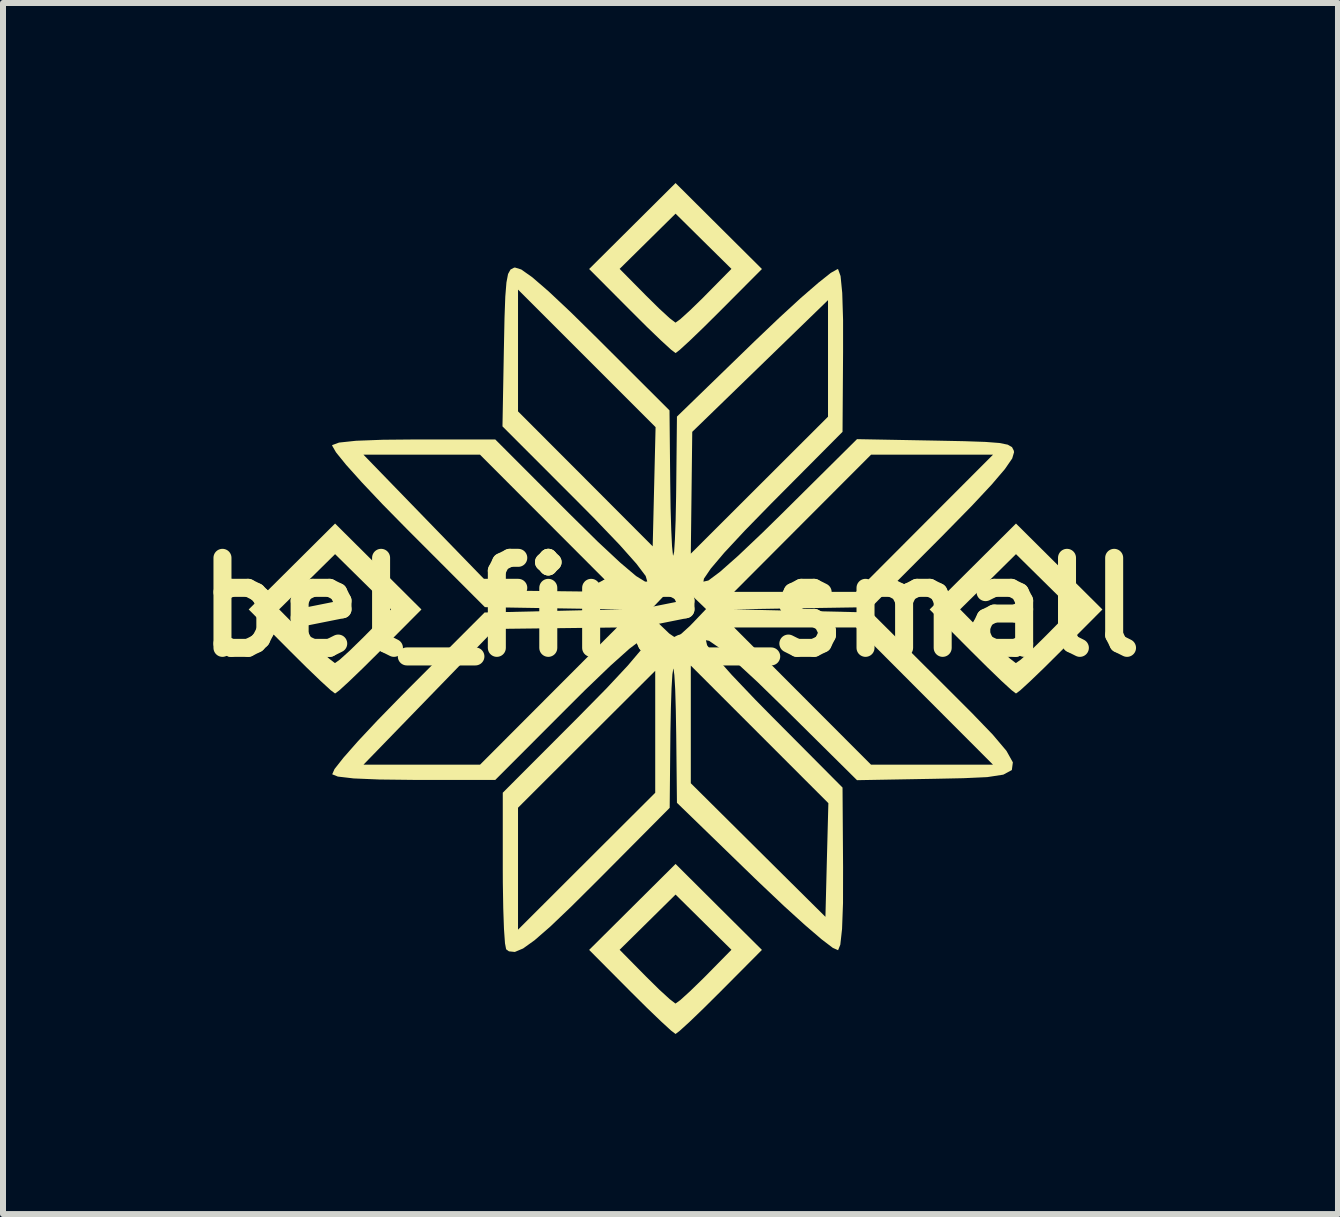
<source format=kicad_pcb>
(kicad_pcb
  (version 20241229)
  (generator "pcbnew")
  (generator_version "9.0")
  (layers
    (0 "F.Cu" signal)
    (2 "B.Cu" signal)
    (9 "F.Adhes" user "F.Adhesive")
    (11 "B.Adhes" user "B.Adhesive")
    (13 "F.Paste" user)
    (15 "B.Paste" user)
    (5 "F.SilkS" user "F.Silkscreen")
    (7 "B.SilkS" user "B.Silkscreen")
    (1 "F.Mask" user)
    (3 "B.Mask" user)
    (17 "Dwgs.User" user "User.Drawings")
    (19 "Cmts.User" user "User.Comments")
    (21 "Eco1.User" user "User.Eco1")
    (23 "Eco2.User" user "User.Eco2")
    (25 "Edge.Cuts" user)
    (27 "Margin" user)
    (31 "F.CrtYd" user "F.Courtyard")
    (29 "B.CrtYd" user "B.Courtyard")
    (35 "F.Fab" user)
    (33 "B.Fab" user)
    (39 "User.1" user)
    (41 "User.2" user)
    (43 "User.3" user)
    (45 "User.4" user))
  (footprint "bel_fire_small"
    (layer "F.Cu")
    (at 8.121 7.066)
    (property "Reference" "bel_fire_small" (at 0 0 0) (layer "F.SilkS") (effects (font (size 1.5 1.5) (thickness 0.3))))
    (attr board_only exclude_from_pos_files exclude_from_bom)
    (fp_poly (pts (xy -4.868 -0.677) (xy -4.149 0.039) (xy -4.845 0.739) (xy -5.122 1.014) (xy -5.355 1.238) (xy -5.519 1.388) (xy -5.588 1.439) (xy -5.662 1.383) (xy -5.83 1.229) (xy -6.066 1.002) (xy -6.331 0.739) (xy -7.027 0.039) (xy -7.026 0.037) (xy -6.52 0.037) (xy -6.078 0.484) (xy -5.859 0.7) (xy -5.686 0.859) (xy -5.593 0.93) (xy -5.588 0.931) (xy -5.51 0.875) (xy -5.347 0.728) (xy -5.132 0.518) (xy -5.098 0.484) (xy -4.656 0.037) (xy -5.122 -0.423) (xy -5.588 -0.883) (xy -6.054 -0.423) (xy -6.52 0.037) (xy -7.026 0.037) (xy -6.308 -0.677) (xy -5.588 -1.393)) (stroke (width 0) (type solid)) (fill yes) (layer "F.SilkS"))
    (fp_poly (pts (xy 0.804 -6.35) (xy 1.524 -5.634) (xy 0.827 -4.934) (xy 0.55 -4.659) (xy 0.317 -4.435) (xy 0.153 -4.285) (xy 0.085 -4.233) (xy 0.01 -4.29) (xy -0.157 -4.443) (xy -0.393 -4.67) (xy -0.658 -4.934) (xy -1.355 -5.634) (xy -1.353 -5.636) (xy -0.847 -5.636) (xy -0.405 -5.189) (xy -0.186 -4.973) (xy -0.013 -4.814) (xy 0.08 -4.743) (xy 0.085 -4.741) (xy 0.163 -4.797) (xy 0.326 -4.945) (xy 0.541 -5.154) (xy 0.575 -5.189) (xy 1.016 -5.636) (xy 0.55 -6.096) (xy 0.085 -6.556) (xy -0.381 -6.096) (xy -0.847 -5.636) (xy -1.353 -5.636) (xy -0.635 -6.35) (xy 0.085 -7.066)) (stroke (width 0) (type solid)) (fill yes) (layer "F.SilkS"))
    (fp_poly (pts (xy 0.804 4.995) (xy 1.524 5.711) (xy 0.827 6.412) (xy 0.55 6.687) (xy 0.317 6.911) (xy 0.153 7.06) (xy 0.085 7.112) (xy 0.01 7.055) (xy -0.157 6.902) (xy -0.393 6.675) (xy -0.658 6.412) (xy -1.355 5.711) (xy -1.353 5.709) (xy -0.847 5.709) (xy -0.405 6.157) (xy -0.186 6.373) (xy -0.013 6.531) (xy 0.08 6.603) (xy 0.085 6.604) (xy 0.163 6.548) (xy 0.326 6.4) (xy 0.541 6.191) (xy 0.575 6.157) (xy 1.016 5.709) (xy 0.55 5.249) (xy 0.085 4.789) (xy -0.381 5.249) (xy -0.847 5.709) (xy -1.353 5.709) (xy -0.635 4.995) (xy 0.085 4.279)) (stroke (width 0) (type solid)) (fill yes) (layer "F.SilkS"))
    (fp_poly (pts (xy 6.477 -0.677) (xy 7.197 0.039) (xy 6.5 0.739) (xy 6.223 1.014) (xy 5.99 1.238) (xy 5.826 1.388) (xy 5.757 1.439) (xy 5.683 1.383) (xy 5.515 1.229) (xy 5.28 1.002) (xy 5.015 0.739) (xy 4.318 0.039) (xy 4.32 0.037) (xy 4.826 0.037) (xy 5.267 0.484) (xy 5.487 0.7) (xy 5.659 0.859) (xy 5.752 0.93) (xy 5.757 0.931) (xy 5.836 0.875) (xy 5.999 0.728) (xy 6.213 0.518) (xy 6.247 0.484) (xy 6.689 0.037) (xy 6.223 -0.423) (xy 5.757 -0.883) (xy 5.292 -0.423) (xy 4.826 0.037) (xy 4.32 0.037) (xy 5.038 -0.677) (xy 5.757 -1.393)) (stroke (width 0) (type solid)) (fill yes) (layer "F.SilkS"))
    (fp_poly (pts (xy -2.486 -5.626) (xy -2.302 -5.496) (xy -2.03 -5.261) (xy -1.662 -4.915) (xy -1.224 -4.484) (xy -0.016 -3.278) (xy -0.004 -2.087) (xy 0.002 -1.656) (xy 0.013 -1.288) (xy 0.026 -1.017) (xy 0.041 -0.872) (xy 0.046 -0.857) (xy 0.054 -0.891) (xy 0.339 -0.891) (xy 1.482 -2.032) (xy 2.625 -3.173) (xy 2.625 -4.144) (xy 2.625 -5.115) (xy 1.494 -4.018) (xy 0.363 -2.921) (xy 0.351 -1.906) (xy 0.339 -0.891) (xy 0.054 -0.891) (xy 0.061 -0.922) (xy 0.074 -1.128) (xy 0.086 -1.444) (xy 0.094 -1.843) (xy 0.096 -1.997) (xy 0.108 -3.175) (xy 1.404 -4.432) (xy 1.81 -4.819) (xy 2.168 -5.148) (xy 2.461 -5.402) (xy 2.671 -5.569) (xy 2.783 -5.632) (xy 2.793 -5.631) (xy 2.834 -5.517) (xy 2.862 -5.235) (xy 2.876 -4.784) (xy 2.876 -4.247) (xy 2.867 -2.921) (xy 1.677 -1.724) (xy 1.237 -1.273) (xy 0.899 -0.91) (xy 0.671 -0.641) (xy 0.558 -0.475) (xy 0.549 -0.425) (xy 0.632 -0.444) (xy 0.826 -0.589) (xy 1.129 -0.857) (xy 1.539 -1.246) (xy 1.86 -1.561) (xy 3.108 -2.799) (xy 4.403 -2.775) (xy 4.898 -2.765) (xy 5.249 -2.753) (xy 5.481 -2.735) (xy 5.62 -2.707) (xy 5.691 -2.666) (xy 5.72 -2.609) (xy 5.725 -2.582) (xy 5.694 -2.477) (xy 5.572 -2.3) (xy 5.351 -2.041) (xy 5.022 -1.689) (xy 4.577 -1.235) (xy 4.549 -1.206) (xy 3.347 0) (xy 2.202 0.018) (xy 1.058 0.037) (xy 2.201 0.063) (xy 3.344 0.089) (xy 4.548 1.289) (xy 5.018 1.759) (xy 5.369 2.123) (xy 5.598 2.394) (xy 5.705 2.586) (xy 5.688 2.714) (xy 5.546 2.791) (xy 5.278 2.832) (xy 4.882 2.85) (xy 4.403 2.86) (xy 3.108 2.883) (xy 1.9 1.686) (xy 1.448 1.245) (xy 1.082 0.907) (xy 0.812 0.677) (xy 0.643 0.561) (xy 0.591 0.551) (xy 0.61 0.634) (xy 0.754 0.828) (xy 1.022 1.13) (xy 1.411 1.539) (xy 1.678 1.81) (xy 2.867 3.006) (xy 2.876 4.332) (xy 2.875 4.931) (xy 2.859 5.362) (xy 2.83 5.624) (xy 2.793 5.716) (xy 2.705 5.677) (xy 2.515 5.532) (xy 2.24 5.296) (xy 1.895 4.983) (xy 1.498 4.607) (xy 1.404 4.517) (xy 0.108 3.26) (xy 0.096 2.124) (xy 0.093 1.954) (xy 0.339 1.954) (xy 0.339 2.934) (xy 1.46 4.047) (xy 2.582 5.16) (xy 2.606 4.213) (xy 2.631 3.266) (xy 1.485 2.12) (xy 0.339 0.974) (xy 0.339 1.954) (xy 0.093 1.954) (xy 0.089 1.711) (xy 0.079 1.372) (xy 0.065 1.134) (xy 0.051 1.028) (xy 0.047 1.026) (xy 0.032 1.12) (xy 0.018 1.351) (xy 0.007 1.687) (xy -0.001 2.095) (xy -0.002 2.204) (xy -0.013 3.344) (xy -1.212 4.551) (xy -1.657 4.993) (xy -2.003 5.323) (xy -2.264 5.55) (xy -2.455 5.687) (xy -2.593 5.745) (xy -2.691 5.735) (xy -2.738 5.701) (xy -2.757 5.601) (xy -2.774 5.362) (xy -2.786 5.016) (xy -2.793 4.593) (xy -2.794 4.368) (xy -2.794 3.342) (xy -2.54 3.342) (xy -2.54 4.358) (xy -2.54 5.374) (xy -1.397 4.233) (xy -0.254 3.093) (xy -0.254 2.077) (xy -0.254 1.061) (xy -1.397 2.201) (xy -2.54 3.342) (xy -2.794 3.342) (xy -2.794 3.092) (xy -1.548 1.844) (xy -1.066 1.354) (xy -0.712 0.975) (xy -0.485 0.707) (xy -0.386 0.551) (xy -0.386 0.511) (xy -0.479 0.538) (xy -0.683 0.692) (xy -0.998 0.974) (xy -1.424 1.383) (xy -1.695 1.653) (xy -2.919 2.879) (xy -4.248 2.879) (xy -4.846 2.872) (xy -5.278 2.854) (xy -5.542 2.823) (xy -5.636 2.785) (xy -5.597 2.697) (xy -5.54 2.625) (xy -5.115 2.625) (xy -4.144 2.625) (xy -3.173 2.625) (xy -2.032 1.482) (xy -0.891 0.339) (xy -1.906 0.351) (xy -2.921 0.363) (xy -4.018 1.494) (xy -5.115 2.625) (xy -5.54 2.625) (xy -5.448 2.508) (xy -5.205 2.232) (xy -4.879 1.884) (xy -4.486 1.481) (xy -4.396 1.39) (xy -3.097 0.089) (xy -2.847 0.084) (xy -0.369 0.084) (xy -0.17 0.296) (xy -0.021 0.439) (xy 0.077 0.507) (xy 0.084 0.508) (xy 0.171 0.452) (xy 0.296 0.339) (xy 1.061 0.339) (xy 2.201 1.482) (xy 3.342 2.625) (xy 4.358 2.625) (xy 5.374 2.625) (xy 4.233 1.482) (xy 3.093 0.339) (xy 2.077 0.339) (xy 1.061 0.339) (xy 0.296 0.339) (xy 0.322 0.315) (xy 0.366 0.27) (xy 0.593 0.032) (xy 0.355 -0.196) (xy 0.294 -0.254) (xy 1.061 -0.254) (xy 2.077 -0.254) (xy 3.093 -0.254) (xy 4.233 -1.397) (xy 5.374 -2.54) (xy 4.358 -2.54) (xy 3.342 -2.54) (xy 2.201 -1.397) (xy 1.061 -0.254) (xy 0.294 -0.254) (xy 0.117 -0.424) (xy -0.126 -0.17) (xy -0.369 0.084) (xy -2.847 0.084) (xy -1.951 0.063) (xy -0.804 0.037) (xy -1.948 0.019) (xy -3.092 0) (xy -4.393 -1.303) (xy -4.8 -1.717) (xy -5.141 -2.078) (xy -5.404 -2.371) (xy -5.541 -2.54) (xy -5.115 -2.54) (xy -4.018 -1.409) (xy -2.921 -0.278) (xy -1.906 -0.266) (xy -0.891 -0.254) (xy -2.032 -1.397) (xy -3.173 -2.54) (xy -4.144 -2.54) (xy -5.115 -2.54) (xy -5.541 -2.54) (xy -5.573 -2.58) (xy -5.637 -2.691) (xy -5.636 -2.7) (xy -5.522 -2.742) (xy -5.24 -2.772) (xy -4.791 -2.789) (xy -4.248 -2.794) (xy -2.919 -2.794) (xy -1.695 -1.568) (xy -1.21 -1.09) (xy -0.836 -0.741) (xy -0.574 -0.519) (xy -0.422 -0.425) (xy -0.386 -0.426) (xy -0.413 -0.519) (xy -0.567 -0.723) (xy -0.848 -1.039) (xy -1.257 -1.466) (xy -1.55 -1.762) (xy -2.799 -3.012) (xy -2.776 -4.276) (xy -2.54 -4.276) (xy -2.54 -3.262) (xy -1.418 -2.138) (xy -0.296 -1.013) (xy -0.272 -2.006) (xy -0.248 -2.999) (xy -1.394 -4.145) (xy -2.54 -5.291) (xy -2.54 -4.276) (xy -2.776 -4.276) (xy -2.775 -4.32) (xy -2.765 -4.819) (xy -2.752 -5.174) (xy -2.733 -5.409) (xy -2.706 -5.551) (xy -2.665 -5.625) (xy -2.608 -5.655) (xy -2.592 -5.659)) (stroke (width 0) (type solid)) (fill yes) (layer "F.SilkS")))
  (gr_rect
    (start -3 -3)
    (end 19.243 17.178)
    (stroke (width 0.1) (type default))
    (fill no)
    (layer "Edge.Cuts")))
</source>
